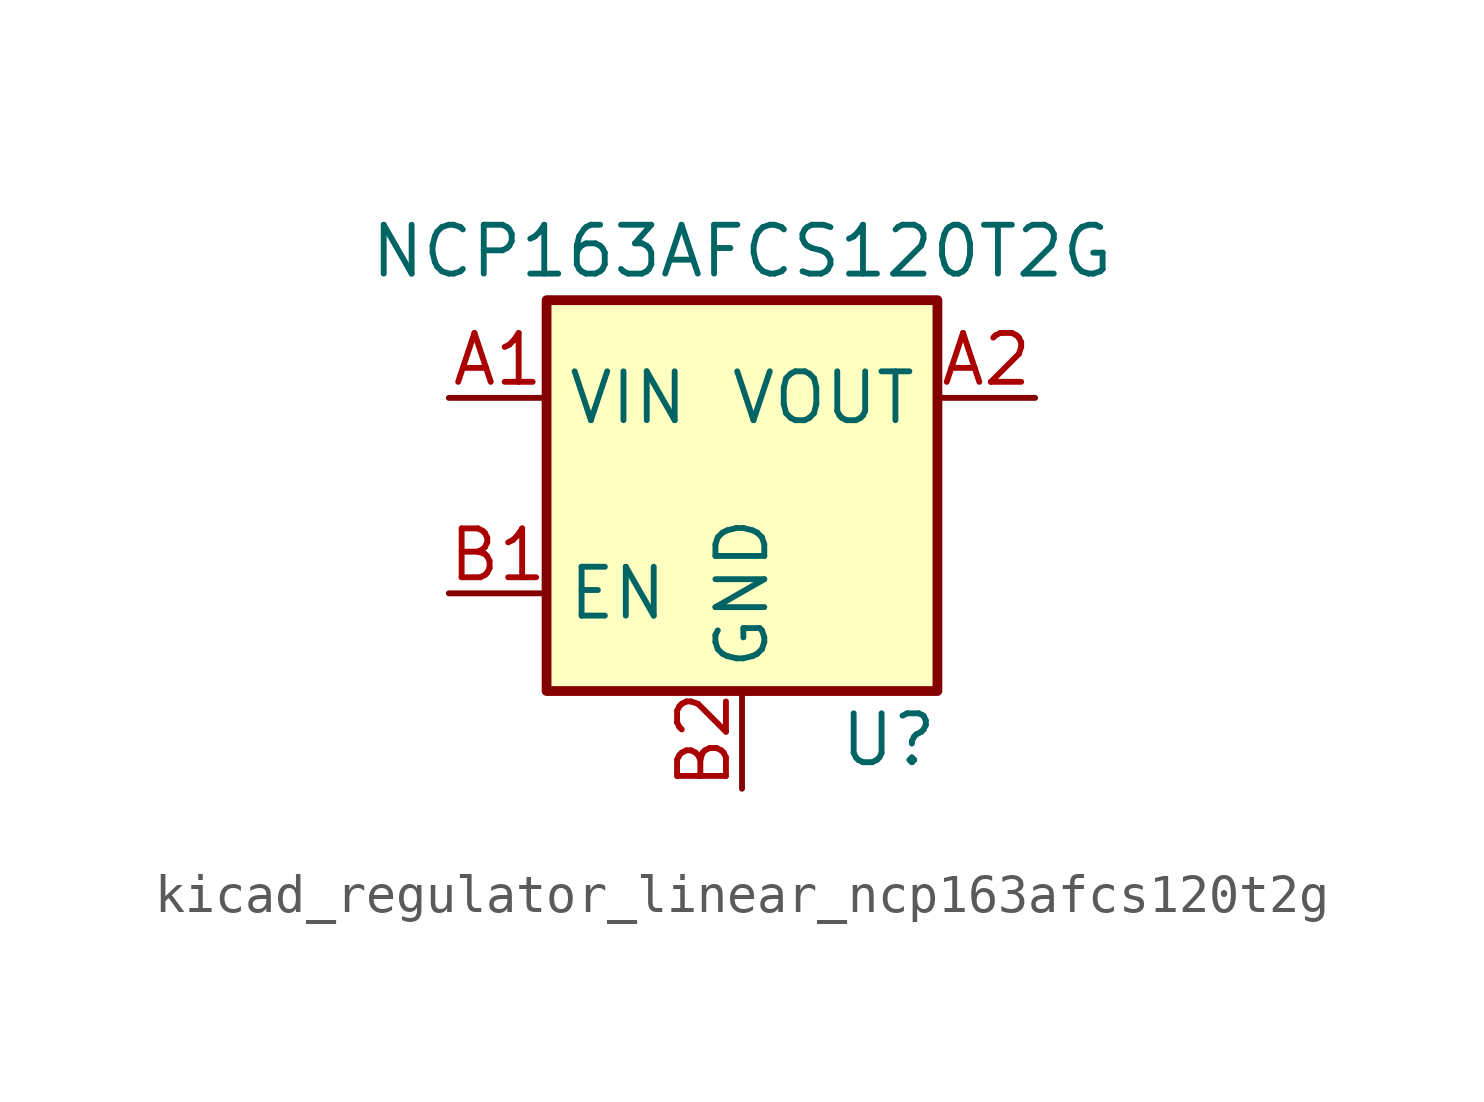
<source format=kicad_sym>
(kicad_symbol_lib
  (version 20220914)
  (generator kicad_symbol_editor)
  (symbol "kicad_regulator_linear_ncp163afcs120t2g"
    (property "Reference" "U"
      (at 3.81 -6.35 0)
      (effects (font (size 1.27 1.27))))
    (property "Value" "NCP163AFCS120T2G"
      (at 0 6.35 0)
      (effects (font (size 1.27 1.27))))
    (symbol "kicad_regulator_linear_ncp163afcs120t2g_0_1"
      (rectangle (start -5.08 5.08) (end 5.08 -5.08) (stroke (width 0.254) (type default)) (fill (type background))))
    (symbol "kicad_regulator_linear_ncp163afcs120t2g_1_1"
      (pin power_in line (at -7.62 2.54 0) (length 2.54) (name "VIN" (effects (font (size 1.27 1.27)))) (number "A1" (effects (font (size 1.27 1.27)))))
      (pin power_out line (at 7.62 2.54 180) (length 2.54) (name "VOUT" (effects (font (size 1.27 1.27)))) (number "A2" (effects (font (size 1.27 1.27)))))
      (pin input line (at -7.62 -2.54 0) (length 2.54) (name "EN" (effects (font (size 1.27 1.27)))) (number "B1" (effects (font (size 1.27 1.27)))))
      (pin power_in line (at 0 -7.62 90) (length 2.54) (name "GND" (effects (font (size 1.27 1.27)))) (number "B2" (effects (font (size 1.27 1.27))))))))
</source>
